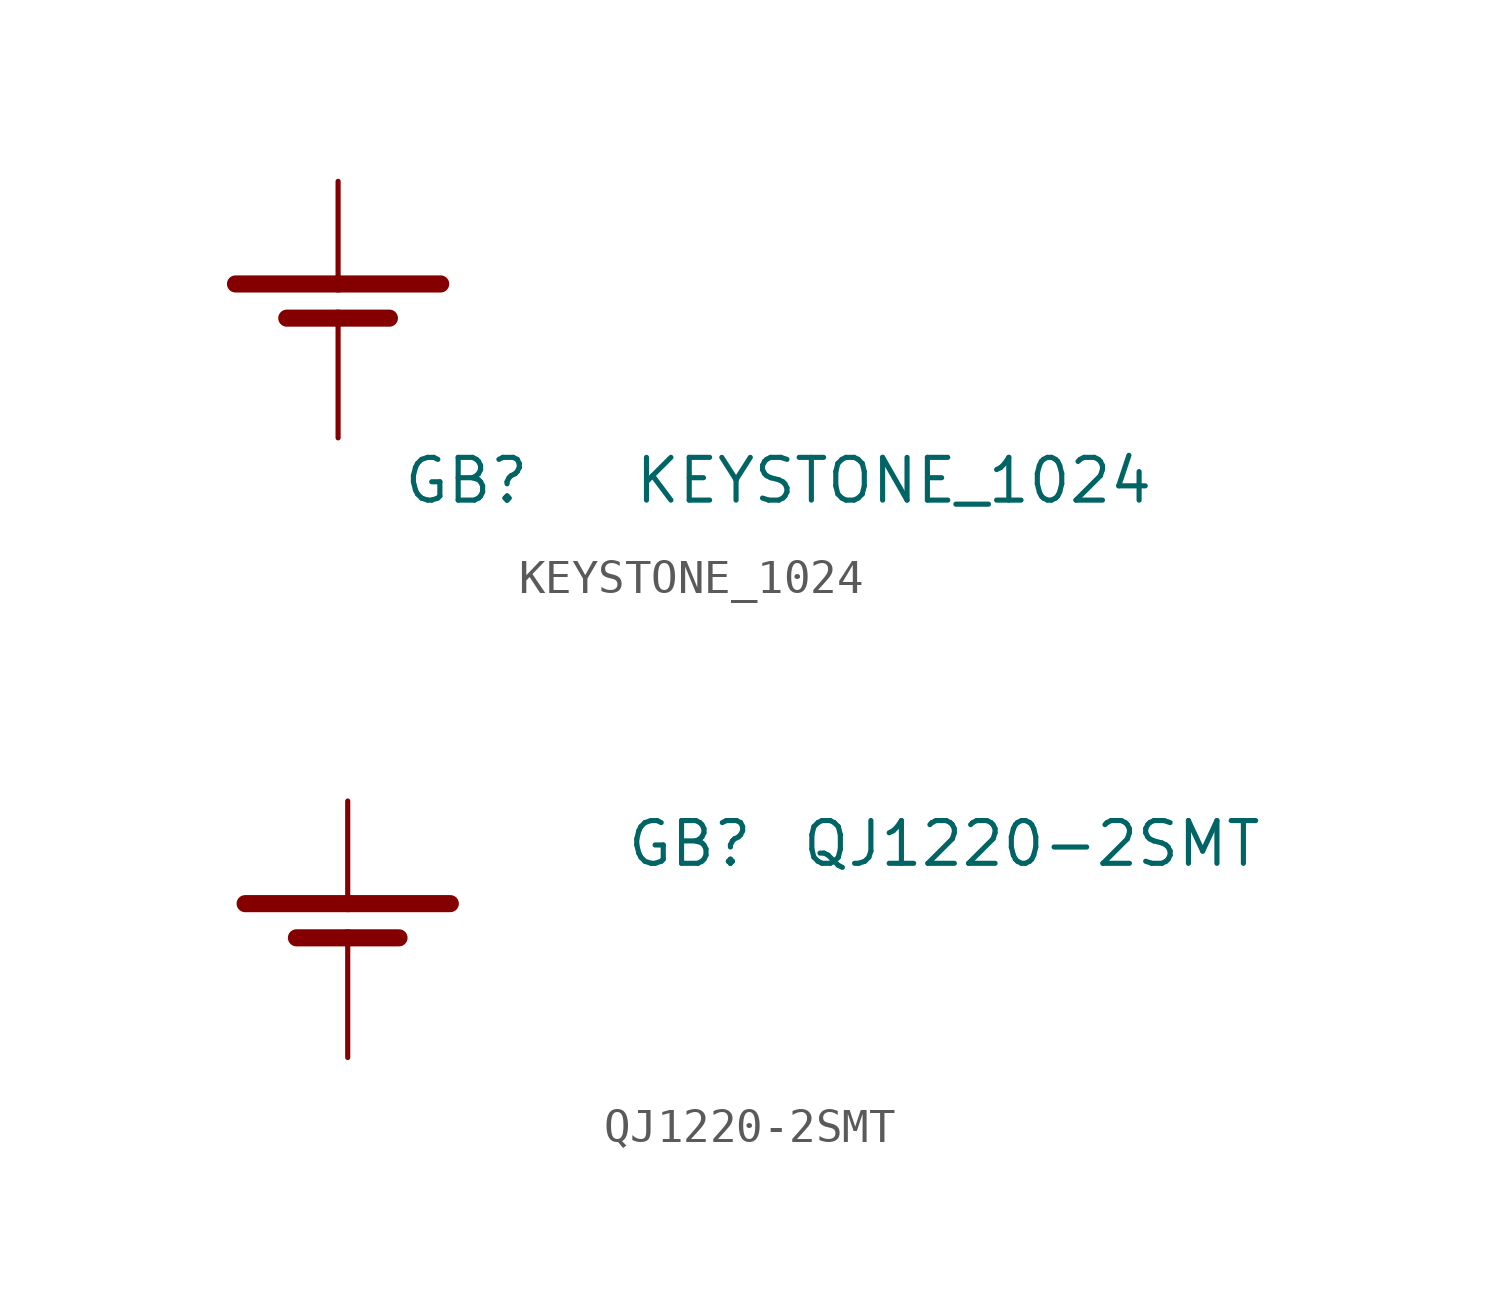
<source format=kicad_sym>
(kicad_symbol_lib
  (version 20211014)
  (generator kicad_symbol_editor)
  (symbol "KEYSTONE_1024"
    (pin_numbers hide)
    (pin_names
      (offset 1.016) hide)
    (property "Reference" "GB"
      (at 3.81 -8.89 0)
      (effects (font (size 1.27 1.27))))
    (property "Value" "KEYSTONE_1024"
      (at 16.51 -8.89 0)
      (effects (font (size 1.27 1.27))))
    (symbol "KEYSTONE_1024_0_1"
      (polyline (pts (xy 0 -4.064) (xy -1.524 -4.064)) (stroke (width 0.508) (type default) (color 0 0 0 0)) (fill (type none)))
      (polyline (pts (xy 0 -4.064) (xy 1.524 -4.064)) (stroke (width 0.508) (type default) (color 0 0 0 0)) (fill (type none)))
      (polyline (pts (xy 0 -3.048) (xy -3.048 -3.048)) (stroke (width 0.508) (type default) (color 0 0 0 0)) (fill (type none)))
      (polyline (pts (xy 0 -3.048) (xy 3.048 -3.048)) (stroke (width 0.508) (type default) (color 0 0 0 0)) (fill (type none))))
    (symbol "KEYSTONE_1024_1_1"
      (pin power_out line (at 0 0 270) (length 3.048) (name "+VBAT" (effects (font (size 1.27 1.27)))) (number "1" (effects (font (size 1.27 1.27)))))
      (pin power_in line (at 0 -7.62 90) (length 3.556) (name "-VBAT" (effects (font (size 1.27 1.27)))) (number "2" (effects (font (size 1.27 1.27)))))))
  (symbol "QJ1220-2SMT"
    (pin_numbers hide)
    (pin_names
      (offset 1.016) hide)
    (property "Reference" "GB"
      (at 10.16 -1.27 0)
      (effects (font (size 1.27 1.27))))
    (property "Value" "QJ1220-2SMT"
      (at 20.32 -1.27 0)
      (effects (font (size 1.27 1.27))))
    (symbol "QJ1220-2SMT_0_1"
      (polyline (pts (xy 0 -4.064) (xy -1.524 -4.064)) (stroke (width 0.508) (type default) (color 0 0 0 0)) (fill (type none)))
      (polyline (pts (xy 0 -4.064) (xy 1.524 -4.064)) (stroke (width 0.508) (type default) (color 0 0 0 0)) (fill (type none)))
      (polyline (pts (xy 0 -3.048) (xy -3.048 -3.048)) (stroke (width 0.508) (type default) (color 0 0 0 0)) (fill (type none)))
      (polyline (pts (xy 0 -3.048) (xy 3.048 -3.048)) (stroke (width 0.508) (type default) (color 0 0 0 0)) (fill (type none))))
    (symbol "QJ1220-2SMT_1_1"
      (pin power_out line (at 0 0 270) (length 3.048) (name "+VBAT" (effects (font (size 1.27 1.27)))) (number "1" (effects (font (size 1.27 1.27)))))
      (pin power_in line (at 0 -7.62 90) (length 3.556) (name "-VBAT" (effects (font (size 1.27 1.27)))) (number "2" (effects (font (size 1.27 1.27))))))))
</source>
